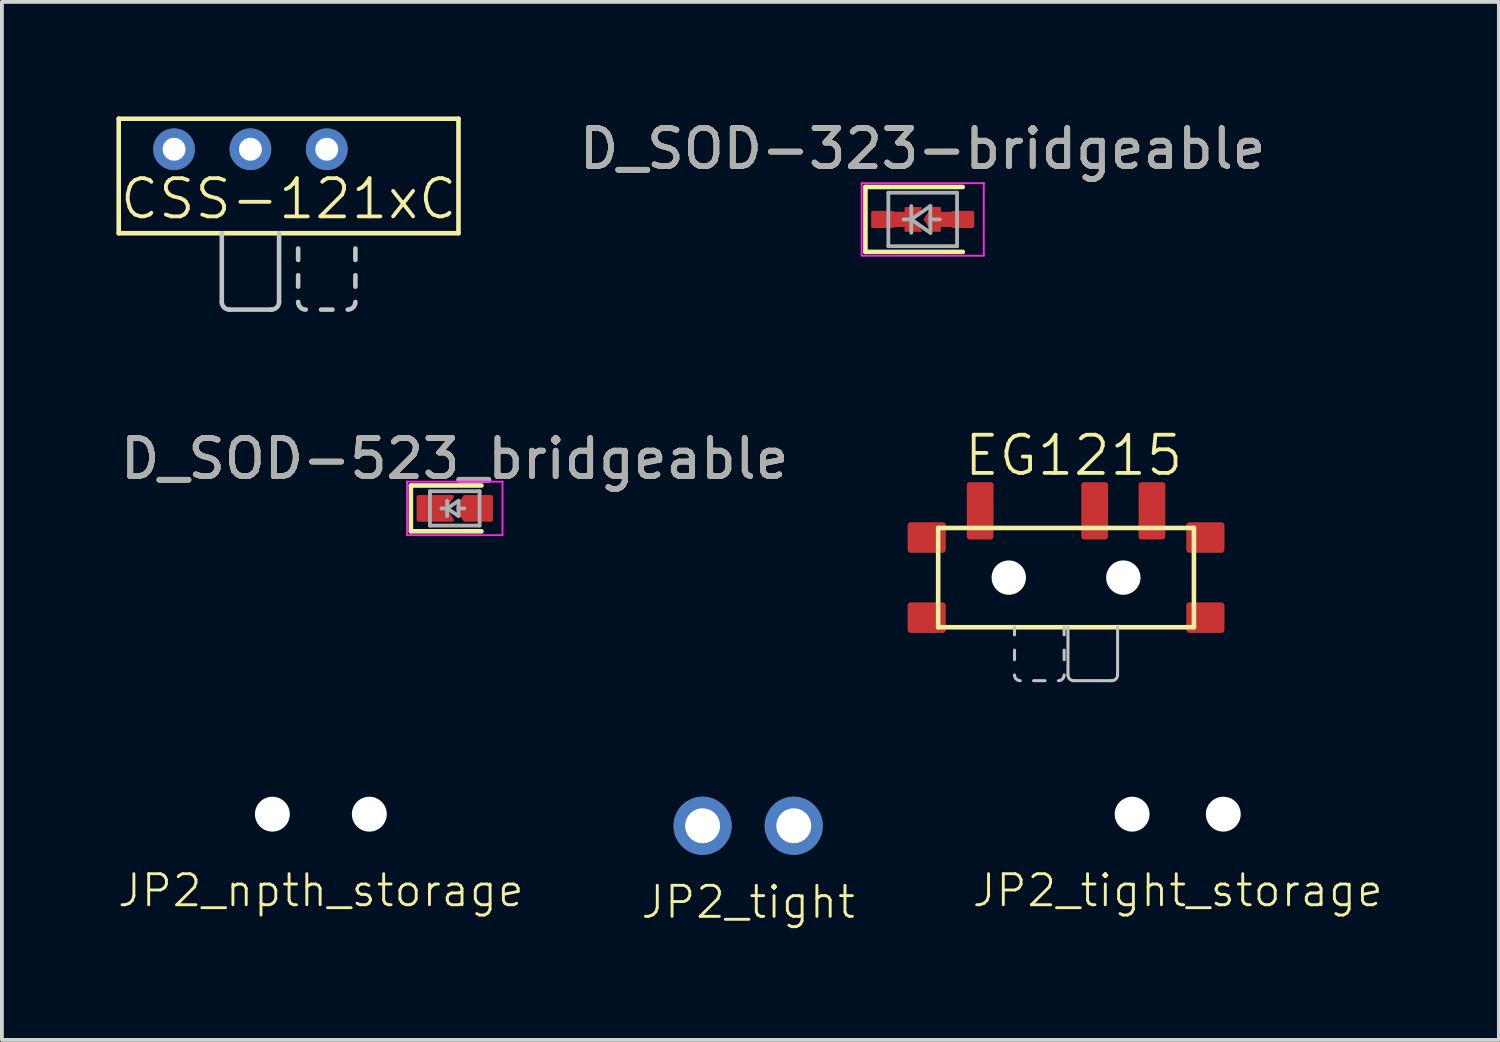
<source format=kicad_pcb>
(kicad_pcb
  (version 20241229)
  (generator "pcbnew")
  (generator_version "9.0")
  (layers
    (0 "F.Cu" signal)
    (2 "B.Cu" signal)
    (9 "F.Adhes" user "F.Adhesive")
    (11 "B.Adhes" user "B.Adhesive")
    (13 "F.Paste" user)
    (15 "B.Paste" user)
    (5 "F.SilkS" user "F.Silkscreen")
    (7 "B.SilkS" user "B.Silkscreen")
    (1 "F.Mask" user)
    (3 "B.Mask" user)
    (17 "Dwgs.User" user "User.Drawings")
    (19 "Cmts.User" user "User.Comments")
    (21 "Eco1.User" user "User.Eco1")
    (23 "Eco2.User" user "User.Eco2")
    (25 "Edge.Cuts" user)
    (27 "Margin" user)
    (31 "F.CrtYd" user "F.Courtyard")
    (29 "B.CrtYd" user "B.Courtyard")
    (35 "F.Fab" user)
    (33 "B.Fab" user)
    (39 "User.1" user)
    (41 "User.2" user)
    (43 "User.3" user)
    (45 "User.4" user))
  (footprint "D_SOD-323-bridgeable"
    (layer "F.Cu")
    (at 21.121 2.698)
    (property "Reference" "D_SOD-323-bridgeable" (at 0 -1.85 0) (layer "F.SilkS") (effects (font (size 1 1) (thickness 0.15))))
    (attr smd)
    (fp_line (start -0.45 0) (end -1.05 0) (stroke (width 0.4) (type solid)) (layer "F.Cu"))
    (fp_line (start 1.05 0) (end 0.35 0) (stroke (width 0.4) (type solid)) (layer "F.Cu"))
    (fp_poly (pts (xy -0.25 0) (xy -0.05 0.3) (xy -0.45 0.3) (xy -0.45 -0.3) (xy -0.05 -0.3)) (stroke (width 0.05) (type solid)) (fill yes) (layer "F.Cu"))
    (fp_poly (pts (xy 0.45 0.3) (xy 0.25 0.3) (xy 0.05 0) (xy 0.25 -0.3) (xy 0.45 -0.3)) (stroke (width 0.05) (type solid)) (fill yes) (layer "F.Cu"))
    (fp_line (start -1.5 -0.85) (end -1.5 0.85) (stroke (width 0.12) (type solid)) (layer "F.SilkS"))
    (fp_line (start -1.5 -0.85) (end 1.05 -0.85) (stroke (width 0.12) (type solid)) (layer "F.SilkS"))
    (fp_line (start -1.5 0.85) (end 1.05 0.85) (stroke (width 0.12) (type solid)) (layer "F.SilkS"))
    (fp_line (start -1.6 -0.95) (end -1.6 0.95) (stroke (width 0.05) (type solid)) (layer "F.CrtYd"))
    (fp_line (start -1.6 -0.95) (end 1.6 -0.95) (stroke (width 0.05) (type solid)) (layer "F.CrtYd"))
    (fp_line (start -1.6 0.95) (end 1.6 0.95) (stroke (width 0.05) (type solid)) (layer "F.CrtYd"))
    (fp_line (start 1.6 -0.95) (end 1.6 0.95) (stroke (width 0.05) (type solid)) (layer "F.CrtYd"))
    (fp_line (start -0.9 -0.7) (end 0.9 -0.7) (stroke (width 0.1) (type solid)) (layer "F.Fab"))
    (fp_line (start -0.9 0.7) (end -0.9 -0.7) (stroke (width 0.1) (type solid)) (layer "F.Fab"))
    (fp_line (start -0.3 -0.35) (end -0.3 0.35) (stroke (width 0.1) (type solid)) (layer "F.Fab"))
    (fp_line (start -0.3 0) (end -0.5 0) (stroke (width 0.1) (type solid)) (layer "F.Fab"))
    (fp_line (start -0.3 0) (end 0.2 -0.35) (stroke (width 0.1) (type solid)) (layer "F.Fab"))
    (fp_line (start 0.2 -0.35) (end 0.2 0.35) (stroke (width 0.1) (type solid)) (layer "F.Fab"))
    (fp_line (start 0.2 0) (end 0.45 0) (stroke (width 0.1) (type solid)) (layer "F.Fab"))
    (fp_line (start 0.2 0.35) (end -0.3 0) (stroke (width 0.1) (type solid)) (layer "F.Fab"))
    (fp_line (start 0.9 -0.7) (end 0.9 0.7) (stroke (width 0.1) (type solid)) (layer "F.Fab"))
    (fp_line (start 0.9 0.7) (end -0.9 0.7) (stroke (width 0.1) (type solid)) (layer "F.Fab"))
    (fp_text user "${REFERENCE}" (at 0 -1.85 0) (layer "F.Fab") (effects (font (size 1 1) (thickness 0.15))))
    (pad "1" smd roundrect (at -1.05 0) (size 0.6 0.45) (layers "F.Cu" "F.Mask" "F.Paste") (roundrect_rratio 0.1))
    (pad "2" smd roundrect (at 1.05 0) (size 0.6 0.45) (layers "F.Cu" "F.Mask" "F.Paste") (roundrect_rratio 0.1)))
  (footprint "CSS-121xC"
    (layer "F.Cu")
    (at 4.51 0.86)
    (property "Reference" "CSS-121xC" (at 0 1.3 0) (layer "F.SilkS") (effects (font (size 1 1) (thickness 0.1))))
    (attr through_hole)
    (fp_line (start -4.45 -0.8) (end -4.45 2.2) (stroke (width 0.12) (type solid)) (layer "F.SilkS"))
    (fp_line (start -4.45 -0.8) (end 4.45 -0.8) (stroke (width 0.12) (type solid)) (layer "F.SilkS"))
    (fp_line (start -4.45 2.2) (end 4.45 2.2) (stroke (width 0.12) (type solid)) (layer "F.SilkS"))
    (fp_line (start 4.45 -0.8) (end 4.45 2.2) (stroke (width 0.12) (type solid)) (layer "F.SilkS"))
    (fp_line (start -1.75 4) (end -1.75 2.2) (stroke (width 0.12) (type solid)) (layer "Dwgs.User"))
    (fp_line (start -0.45 4.2) (end -1.55 4.2) (stroke (width 0.12) (type solid)) (layer "Dwgs.User"))
    (fp_line (start -0.25 2.2) (end -0.25 4) (stroke (width 0.12) (type solid)) (layer "Dwgs.User"))
    (fp_line (start 0.25 2.9) (end 0.25 2.6) (stroke (width 0.12) (type solid)) (layer "Dwgs.User"))
    (fp_line (start 0.25 3.6) (end 0.25 3.3) (stroke (width 0.12) (type solid)) (layer "Dwgs.User"))
    (fp_line (start 1.15 4.2) (end 0.85 4.2) (stroke (width 0.12) (type solid)) (layer "Dwgs.User"))
    (fp_line (start 1.75 2.6) (end 1.75 2.9) (stroke (width 0.12) (type solid)) (layer "Dwgs.User"))
    (fp_line (start 1.75 3.3) (end 1.75 3.6) (stroke (width 0.12) (type solid)) (layer "Dwgs.User"))
    (fp_arc (start -1.55 4.2) (mid -1.691421 4.141421) (end -1.75 4) (stroke (width 0.12) (type solid)) (layer "Dwgs.User"))
    (fp_arc (start -0.25 4) (mid -0.308579 4.141421) (end -0.45 4.2) (stroke (width 0.12) (type solid)) (layer "Dwgs.User"))
    (fp_arc (start 0.45 4.2) (mid 0.308579 4.141421) (end 0.25 4) (stroke (width 0.12) (type solid)) (layer "Dwgs.User"))
    (fp_arc (start 1.75 4) (mid 1.691421 4.141421) (end 1.55 4.2) (stroke (width 0.12) (type solid)) (layer "Dwgs.User"))
    (pad "1" thru_hole circle (at -3 0) (size 1.092 1.092) (drill 0.6) (layers "*.Cu" "*.Mask"))
    (pad "2" thru_hole circle (at -1 0) (size 1.092 1.092) (drill 0.6) (layers "*.Cu" "*.Mask"))
    (pad "3" thru_hole circle (at 1 0) (size 1.092 1.092) (drill 0.6) (layers "*.Cu" "*.Mask")))
  (footprint "JP2_npth_storage"
    (layer "F.Cu")
    (at 5.355 18.278)
    (property "Reference" "JP2_npth_storage" (at 0 2 0) (layer "F.SilkS") (effects (font (size 0.813 0.813) (thickness 0.076))))
    (attr through_hole)
    (pad "" np_thru_hole circle (at -1.27 0) (size 0.914 0.914) (drill 0.914) (layers "*.Cu"))
    (pad "" np_thru_hole circle (at 1.27 0) (size 0.914 0.914) (drill 0.914) (layers "*.Cu")))
  (footprint "JP2_tight_storage"
    (layer "F.Cu")
    (at 27.801 18.278)
    (property "Reference" "JP2_tight_storage" (at 0 2 0) (layer "F.SilkS") (effects (font (size 0.813 0.813) (thickness 0.076))))
    (attr through_hole)
    (pad "" np_thru_hole circle (at -1.194 0) (size 0.914 0.914) (drill 0.914) (layers "*.Cu"))
    (pad "" np_thru_hole circle (at 1.194 0) (size 0.914 0.914) (drill 0.914) (layers "*.Cu")))
  (footprint "EG1215"
    (layer "F.Cu")
    (at 24.876 12.081)
    (property "Reference" "EG1215" (at 0.2 -3.2 0) (layer "F.SilkS") (effects (font (size 1 1) (thickness 0.1))))
    (attr through_hole)
    (fp_line (start -3.35 -1.3) (end -3.35 1.3) (stroke (width 0.12) (type solid)) (layer "F.SilkS"))
    (fp_line (start -3.35 1.3) (end 3.35 1.3) (stroke (width 0.12) (type solid)) (layer "F.SilkS"))
    (fp_line (start 3.35 -1.3) (end -3.35 -1.3) (stroke (width 0.12) (type solid)) (layer "F.SilkS"))
    (fp_line (start 3.35 1.3) (end 3.35 -1.3) (stroke (width 0.12) (type solid)) (layer "F.SilkS"))
    (fp_line (start -1.35 1.3) (end -1.35 1.5) (stroke (width 0.08) (type solid)) (layer "Dwgs.User"))
    (fp_line (start -1.35 1.9) (end -1.35 2.15) (stroke (width 0.08) (type solid)) (layer "Dwgs.User"))
    (fp_line (start -0.85 2.7) (end -0.55 2.7) (stroke (width 0.08) (type solid)) (layer "Dwgs.User"))
    (fp_line (start -0.05 1.5) (end -0.05 1.3) (stroke (width 0.08) (type solid)) (layer "Dwgs.User"))
    (fp_line (start -0.05 2.15) (end -0.05 1.9) (stroke (width 0.08) (type solid)) (layer "Dwgs.User"))
    (fp_line (start 0.05 1.3) (end 0.05 2.55) (stroke (width 0.08) (type solid)) (layer "Dwgs.User"))
    (fp_line (start 0.2 2.7) (end 1.2 2.7) (stroke (width 0.08) (type solid)) (layer "Dwgs.User"))
    (fp_line (start 1.35 2.55) (end 1.35 1.3) (stroke (width 0.08) (type solid)) (layer "Dwgs.User"))
    (fp_arc (start -1.2 2.7) (mid -1.306066 2.656066) (end -1.35 2.55) (stroke (width 0.08) (type solid)) (layer "Dwgs.User"))
    (fp_arc (start -0.05 2.55) (mid -0.093934 2.656066) (end -0.2 2.7) (stroke (width 0.08) (type solid)) (layer "Dwgs.User"))
    (fp_arc (start 0.2 2.7) (mid 0.093934 2.656066) (end 0.05 2.55) (stroke (width 0.08) (type solid)) (layer "Dwgs.User"))
    (fp_arc (start 1.35 2.55) (mid 1.306066 2.656066) (end 1.2 2.7) (stroke (width 0.08) (type solid)) (layer "Dwgs.User"))
    (pad "" np_thru_hole circle (at -1.5 0) (size 0.9 0.9) (drill 0.9) (layers "*.Cu" "*.Mask"))
    (pad "" np_thru_hole circle (at 1.5 0) (size 0.9 0.9) (drill 0.9) (layers "*.Cu" "*.Mask"))
    (pad "1" smd roundrect (at -2.25 -1.75) (size 0.7 1.5) (layers "F.Cu" "F.Mask" "F.Paste") (roundrect_rratio 0.1))
    (pad "2" smd roundrect (at 0.75 -1.75) (size 0.7 1.5) (layers "F.Cu" "F.Mask" "F.Paste") (roundrect_rratio 0.1))
    (pad "3" smd roundrect (at 2.25 -1.75) (size 0.7 1.5) (layers "F.Cu" "F.Mask" "F.Paste") (roundrect_rratio 0.1))
    (pad "S" smd roundrect (at -3.65 -1.05) (size 1 0.8) (layers "F.Cu" "F.Mask" "F.Paste") (roundrect_rratio 0.1))
    (pad "S" smd roundrect (at -3.65 1.05) (size 1 0.8) (layers "F.Cu" "F.Mask" "F.Paste") (roundrect_rratio 0.1))
    (pad "S" smd roundrect (at 3.65 -1.05) (size 1 0.8) (layers "F.Cu" "F.Mask" "F.Paste") (roundrect_rratio 0.1))
    (pad "S" smd roundrect (at 3.65 1.05) (size 1 0.8) (layers "F.Cu" "F.Mask" "F.Paste") (roundrect_rratio 0.1)))
  (footprint "D_SOD-523_bridgeable"
    (layer "F.Cu")
    (at 8.863 10.268)
    (property "Reference" "D_SOD-523_bridgeable" (at 0 -1.3 0) (layer "F.SilkS") (effects (font (size 1 1) (thickness 0.15))))
    (attr smd)
    (fp_poly (pts (xy 0.25 0.35) (xy -0.25 0.35) (xy -0.25 -0.35) (xy 0.25 -0.35)) (stroke (width 0.001) (type solid)) (fill yes) (layer "F.Mask"))
    (fp_line (start -1.15 -0.6) (end -1.15 0.6) (stroke (width 0.12) (type solid)) (layer "F.SilkS"))
    (fp_line (start 0.7 -0.6) (end -1.15 -0.6) (stroke (width 0.12) (type solid)) (layer "F.SilkS"))
    (fp_line (start 0.7 0.6) (end -1.15 0.6) (stroke (width 0.12) (type solid)) (layer "F.SilkS"))
    (fp_line (start -1.25 -0.7) (end 1.25 -0.7) (stroke (width 0.05) (type solid)) (layer "F.CrtYd"))
    (fp_line (start -1.25 0.7) (end -1.25 -0.7) (stroke (width 0.05) (type solid)) (layer "F.CrtYd"))
    (fp_line (start 1.25 -0.7) (end 1.25 0.7) (stroke (width 0.05) (type solid)) (layer "F.CrtYd"))
    (fp_line (start 1.25 0.7) (end -1.25 0.7) (stroke (width 0.05) (type solid)) (layer "F.CrtYd"))
    (fp_line (start -0.65 -0.45) (end 0.65 -0.45) (stroke (width 0.1) (type solid)) (layer "F.Fab"))
    (fp_line (start -0.65 0.45) (end -0.65 -0.45) (stroke (width 0.1) (type solid)) (layer "F.Fab"))
    (fp_line (start -0.2 0) (end -0.35 0) (stroke (width 0.1) (type solid)) (layer "F.Fab"))
    (fp_line (start -0.2 0) (end 0.1 0.2) (stroke (width 0.1) (type solid)) (layer "F.Fab"))
    (fp_line (start -0.2 0.2) (end -0.2 -0.2) (stroke (width 0.1) (type solid)) (layer "F.Fab"))
    (fp_line (start 0.1 -0.2) (end -0.2 0) (stroke (width 0.1) (type solid)) (layer "F.Fab"))
    (fp_line (start 0.1 0) (end 0.25 0) (stroke (width 0.1) (type solid)) (layer "F.Fab"))
    (fp_line (start 0.1 0.2) (end 0.1 -0.2) (stroke (width 0.1) (type solid)) (layer "F.Fab"))
    (fp_line (start 0.65 -0.45) (end 0.65 0.45) (stroke (width 0.1) (type solid)) (layer "F.Fab"))
    (fp_line (start 0.65 0.45) (end -0.65 0.45) (stroke (width 0.1) (type solid)) (layer "F.Fab"))
    (fp_text user "${REFERENCE}" (at 0 -1.3 0) (layer "F.Fab") (effects (font (size 1 1) (thickness 0.15))))
    (pad "1" smd custom (at -0.7 0) (size 0.6 0.7) (layers "F.Cu" "F.Mask" "F.Paste") (options (anchor circle)) (primitives (gr_poly (pts (xy 0.44 0) (xy 0.64 0.31) (xy -0.26 0.31) (xy -0.26 -0.31) (xy 0.64 -0.31)) (width 0.08) (fill yes))))
    (pad "2" smd custom (at 0.7 0) (size 0.6 0.7) (layers "F.Cu" "F.Mask" "F.Paste") (options (anchor circle)) (primitives (gr_poly (pts (xy 0.26 0.31) (xy -0.44 0.31) (xy -0.64 0) (xy -0.44 -0.31) (xy 0.26 -0.31)) (width 0.08) (fill yes)))))
  (footprint "JP2_tight"
    (layer "F.Cu")
    (at 16.549 18.582)
    (property "Reference" "JP2_tight" (at 0 2 0) (layer "F.SilkS") (effects (font (size 0.813 0.813) (thickness 0.076))))
    (attr through_hole)
    (pad "1" thru_hole circle (at -1.194 0) (size 1.524 1.524) (drill 0.914) (layers "*.Cu" "*.Mask"))
    (pad "2" thru_hole circle (at 1.194 0) (size 1.524 1.524) (drill 0.914) (layers "*.Cu" "*.Mask")))
  (gr_rect
    (start -3 -3)
    (end 36.214 24.192)
    (stroke (width 0.1) (type default))
    (fill no)
    (layer "Edge.Cuts")))
</source>
